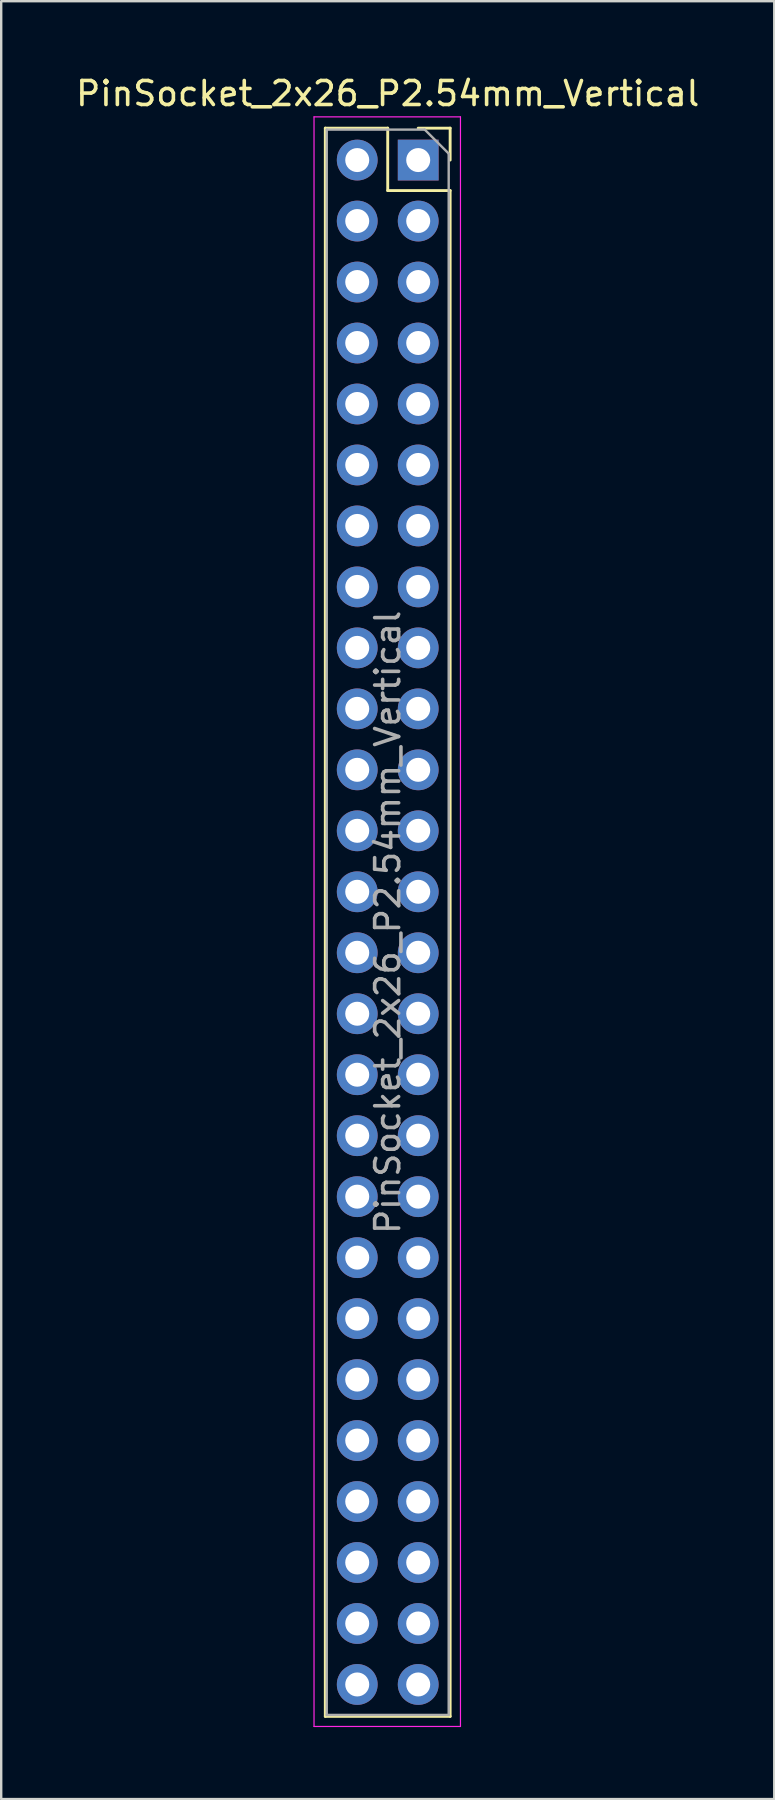
<source format=kicad_pcb>
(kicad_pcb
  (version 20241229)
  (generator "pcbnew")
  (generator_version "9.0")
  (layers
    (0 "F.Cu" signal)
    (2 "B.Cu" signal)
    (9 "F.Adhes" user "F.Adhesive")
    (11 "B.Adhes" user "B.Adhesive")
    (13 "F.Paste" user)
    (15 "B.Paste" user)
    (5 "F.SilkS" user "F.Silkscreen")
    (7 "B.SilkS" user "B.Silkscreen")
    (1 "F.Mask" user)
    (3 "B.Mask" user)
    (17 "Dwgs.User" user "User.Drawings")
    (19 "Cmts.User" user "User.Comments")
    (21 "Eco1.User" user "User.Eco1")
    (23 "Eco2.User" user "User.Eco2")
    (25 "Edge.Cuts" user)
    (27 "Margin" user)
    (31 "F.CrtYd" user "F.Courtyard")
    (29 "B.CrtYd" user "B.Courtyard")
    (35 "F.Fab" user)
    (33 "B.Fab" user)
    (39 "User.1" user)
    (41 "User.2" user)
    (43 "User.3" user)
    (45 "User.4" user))
  (footprint "PinSocket_2x26_P2.54mm_Vertical"
    (layer "F.Cu")
    (at 14.371 3.618)
    (property "Reference" "PinSocket_2x26_P2.54mm_Vertical" (at -1.27 -2.77 0) (layer "F.SilkS") (effects (font (size 1 1) (thickness 0.15))))
    (attr through_hole)
    (fp_line (start -3.87 -1.33) (end -3.87 64.83) (stroke (width 0.12) (type solid)) (layer "F.SilkS"))
    (fp_line (start -3.87 -1.33) (end -1.27 -1.33) (stroke (width 0.12) (type solid)) (layer "F.SilkS"))
    (fp_line (start -3.87 64.83) (end 1.33 64.83) (stroke (width 0.12) (type solid)) (layer "F.SilkS"))
    (fp_line (start -1.27 -1.33) (end -1.27 1.27) (stroke (width 0.12) (type solid)) (layer "F.SilkS"))
    (fp_line (start -1.27 1.27) (end 1.33 1.27) (stroke (width 0.12) (type solid)) (layer "F.SilkS"))
    (fp_line (start 0 -1.33) (end 1.33 -1.33) (stroke (width 0.12) (type solid)) (layer "F.SilkS"))
    (fp_line (start 1.33 -1.33) (end 1.33 0) (stroke (width 0.12) (type solid)) (layer "F.SilkS"))
    (fp_line (start 1.33 1.27) (end 1.33 64.83) (stroke (width 0.12) (type solid)) (layer "F.SilkS"))
    (fp_line (start -4.34 -1.8) (end 1.76 -1.8) (stroke (width 0.05) (type solid)) (layer "F.CrtYd"))
    (fp_line (start -4.34 65.25) (end -4.34 -1.8) (stroke (width 0.05) (type solid)) (layer "F.CrtYd"))
    (fp_line (start 1.76 -1.8) (end 1.76 65.25) (stroke (width 0.05) (type solid)) (layer "F.CrtYd"))
    (fp_line (start 1.76 65.25) (end -4.34 65.25) (stroke (width 0.05) (type solid)) (layer "F.CrtYd"))
    (fp_line (start -3.81 -1.27) (end 0.27 -1.27) (stroke (width 0.1) (type solid)) (layer "F.Fab"))
    (fp_line (start -3.81 64.77) (end -3.81 -1.27) (stroke (width 0.1) (type solid)) (layer "F.Fab"))
    (fp_line (start 0.27 -1.27) (end 1.27 -0.27) (stroke (width 0.1) (type solid)) (layer "F.Fab"))
    (fp_line (start 1.27 -0.27) (end 1.27 64.77) (stroke (width 0.1) (type solid)) (layer "F.Fab"))
    (fp_line (start 1.27 64.77) (end -3.81 64.77) (stroke (width 0.1) (type solid)) (layer "F.Fab"))
    (fp_text user "${REFERENCE}" (at -1.27 31.75 90) (layer "F.Fab") (effects (font (size 1 1) (thickness 0.15))))
    (pad "1" thru_hole rect (at 0 0) (size 1.7 1.7) (drill 1) (layers "*.Cu" "*.Mask"))
    (pad "2" thru_hole oval (at -2.54 0) (size 1.7 1.7) (drill 1) (layers "*.Cu" "*.Mask"))
    (pad "3" thru_hole oval (at 0 2.54) (size 1.7 1.7) (drill 1) (layers "*.Cu" "*.Mask"))
    (pad "4" thru_hole oval (at -2.54 2.54) (size 1.7 1.7) (drill 1) (layers "*.Cu" "*.Mask"))
    (pad "5" thru_hole oval (at 0 5.08) (size 1.7 1.7) (drill 1) (layers "*.Cu" "*.Mask"))
    (pad "6" thru_hole oval (at -2.54 5.08) (size 1.7 1.7) (drill 1) (layers "*.Cu" "*.Mask"))
    (pad "7" thru_hole oval (at 0 7.62) (size 1.7 1.7) (drill 1) (layers "*.Cu" "*.Mask"))
    (pad "8" thru_hole oval (at -2.54 7.62) (size 1.7 1.7) (drill 1) (layers "*.Cu" "*.Mask"))
    (pad "9" thru_hole oval (at 0 10.16) (size 1.7 1.7) (drill 1) (layers "*.Cu" "*.Mask"))
    (pad "10" thru_hole oval (at -2.54 10.16) (size 1.7 1.7) (drill 1) (layers "*.Cu" "*.Mask"))
    (pad "11" thru_hole oval (at 0 12.7) (size 1.7 1.7) (drill 1) (layers "*.Cu" "*.Mask"))
    (pad "12" thru_hole oval (at -2.54 12.7) (size 1.7 1.7) (drill 1) (layers "*.Cu" "*.Mask"))
    (pad "13" thru_hole oval (at 0 15.24) (size 1.7 1.7) (drill 1) (layers "*.Cu" "*.Mask"))
    (pad "14" thru_hole oval (at -2.54 15.24) (size 1.7 1.7) (drill 1) (layers "*.Cu" "*.Mask"))
    (pad "15" thru_hole oval (at 0 17.78) (size 1.7 1.7) (drill 1) (layers "*.Cu" "*.Mask"))
    (pad "16" thru_hole oval (at -2.54 17.78) (size 1.7 1.7) (drill 1) (layers "*.Cu" "*.Mask"))
    (pad "17" thru_hole oval (at 0 20.32) (size 1.7 1.7) (drill 1) (layers "*.Cu" "*.Mask"))
    (pad "18" thru_hole oval (at -2.54 20.32) (size 1.7 1.7) (drill 1) (layers "*.Cu" "*.Mask"))
    (pad "19" thru_hole oval (at 0 22.86) (size 1.7 1.7) (drill 1) (layers "*.Cu" "*.Mask"))
    (pad "20" thru_hole oval (at -2.54 22.86) (size 1.7 1.7) (drill 1) (layers "*.Cu" "*.Mask"))
    (pad "21" thru_hole oval (at 0 25.4) (size 1.7 1.7) (drill 1) (layers "*.Cu" "*.Mask"))
    (pad "22" thru_hole oval (at -2.54 25.4) (size 1.7 1.7) (drill 1) (layers "*.Cu" "*.Mask"))
    (pad "23" thru_hole oval (at 0 27.94) (size 1.7 1.7) (drill 1) (layers "*.Cu" "*.Mask"))
    (pad "24" thru_hole oval (at -2.54 27.94) (size 1.7 1.7) (drill 1) (layers "*.Cu" "*.Mask"))
    (pad "25" thru_hole oval (at 0 30.48) (size 1.7 1.7) (drill 1) (layers "*.Cu" "*.Mask"))
    (pad "26" thru_hole oval (at -2.54 30.48) (size 1.7 1.7) (drill 1) (layers "*.Cu" "*.Mask"))
    (pad "27" thru_hole oval (at 0 33.02) (size 1.7 1.7) (drill 1) (layers "*.Cu" "*.Mask"))
    (pad "28" thru_hole oval (at -2.54 33.02) (size 1.7 1.7) (drill 1) (layers "*.Cu" "*.Mask"))
    (pad "29" thru_hole oval (at 0 35.56) (size 1.7 1.7) (drill 1) (layers "*.Cu" "*.Mask"))
    (pad "30" thru_hole oval (at -2.54 35.56) (size 1.7 1.7) (drill 1) (layers "*.Cu" "*.Mask"))
    (pad "31" thru_hole oval (at 0 38.1) (size 1.7 1.7) (drill 1) (layers "*.Cu" "*.Mask"))
    (pad "32" thru_hole oval (at -2.54 38.1) (size 1.7 1.7) (drill 1) (layers "*.Cu" "*.Mask"))
    (pad "33" thru_hole oval (at 0 40.64) (size 1.7 1.7) (drill 1) (layers "*.Cu" "*.Mask"))
    (pad "34" thru_hole oval (at -2.54 40.64) (size 1.7 1.7) (drill 1) (layers "*.Cu" "*.Mask"))
    (pad "35" thru_hole oval (at 0 43.18) (size 1.7 1.7) (drill 1) (layers "*.Cu" "*.Mask"))
    (pad "36" thru_hole oval (at -2.54 43.18) (size 1.7 1.7) (drill 1) (layers "*.Cu" "*.Mask"))
    (pad "37" thru_hole oval (at 0 45.72) (size 1.7 1.7) (drill 1) (layers "*.Cu" "*.Mask"))
    (pad "38" thru_hole oval (at -2.54 45.72) (size 1.7 1.7) (drill 1) (layers "*.Cu" "*.Mask"))
    (pad "39" thru_hole oval (at 0 48.26) (size 1.7 1.7) (drill 1) (layers "*.Cu" "*.Mask"))
    (pad "40" thru_hole oval (at -2.54 48.26) (size 1.7 1.7) (drill 1) (layers "*.Cu" "*.Mask"))
    (pad "41" thru_hole oval (at 0 50.8) (size 1.7 1.7) (drill 1) (layers "*.Cu" "*.Mask"))
    (pad "42" thru_hole oval (at -2.54 50.8) (size 1.7 1.7) (drill 1) (layers "*.Cu" "*.Mask"))
    (pad "43" thru_hole oval (at 0 53.34) (size 1.7 1.7) (drill 1) (layers "*.Cu" "*.Mask"))
    (pad "44" thru_hole oval (at -2.54 53.34) (size 1.7 1.7) (drill 1) (layers "*.Cu" "*.Mask"))
    (pad "45" thru_hole oval (at 0 55.88) (size 1.7 1.7) (drill 1) (layers "*.Cu" "*.Mask"))
    (pad "46" thru_hole oval (at -2.54 55.88) (size 1.7 1.7) (drill 1) (layers "*.Cu" "*.Mask"))
    (pad "47" thru_hole oval (at 0 58.42) (size 1.7 1.7) (drill 1) (layers "*.Cu" "*.Mask"))
    (pad "48" thru_hole oval (at -2.54 58.42) (size 1.7 1.7) (drill 1) (layers "*.Cu" "*.Mask"))
    (pad "49" thru_hole oval (at 0 60.96) (size 1.7 1.7) (drill 1) (layers "*.Cu" "*.Mask"))
    (pad "50" thru_hole oval (at -2.54 60.96) (size 1.7 1.7) (drill 1) (layers "*.Cu" "*.Mask"))
    (pad "51" thru_hole oval (at 0 63.5) (size 1.7 1.7) (drill 1) (layers "*.Cu" "*.Mask"))
    (pad "52" thru_hole oval (at -2.54 63.5) (size 1.7 1.7) (drill 1) (layers "*.Cu" "*.Mask")))
  (gr_rect
    (start -3 -3)
    (end 29.202 71.893)
    (stroke (width 0.1) (type default))
    (fill no)
    (layer "Edge.Cuts")))
</source>
